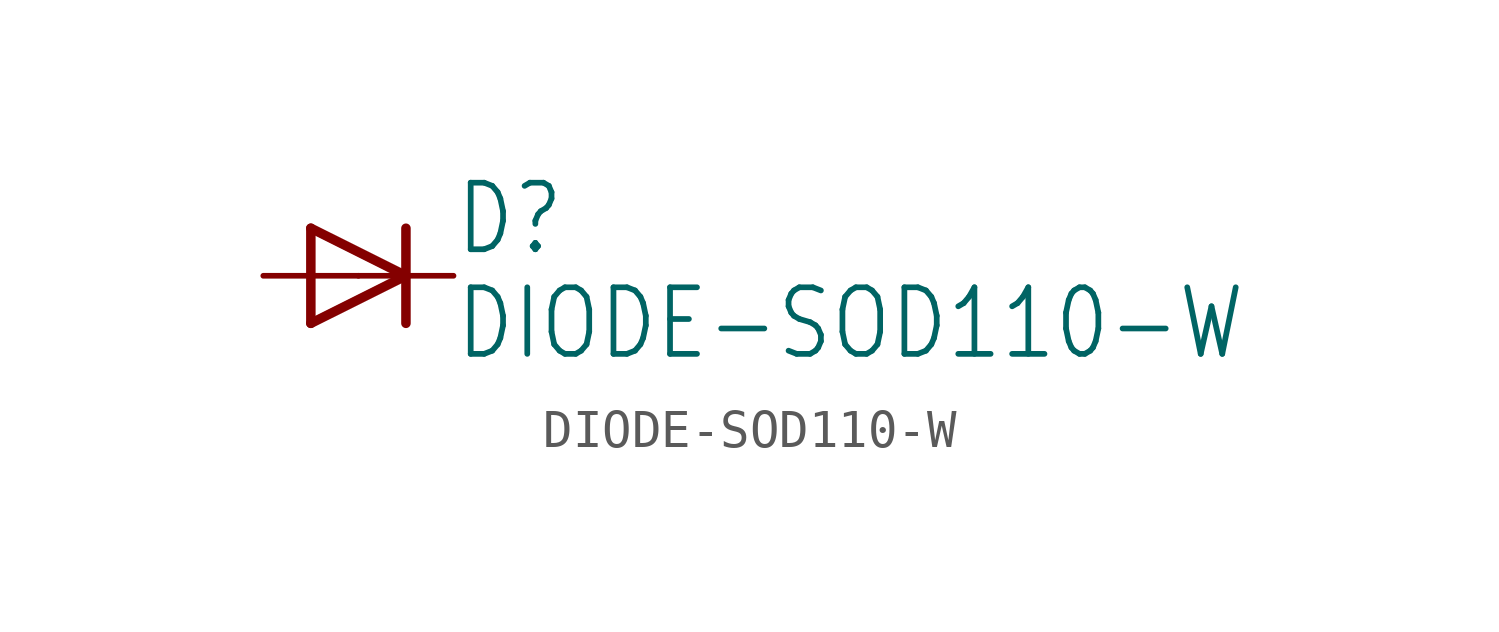
<source format=kicad_sym>
(kicad_symbol_lib
  (version 20211014)
  (generator kicad_symbol_editor)
  (symbol "DIODE-SOD110-W"
    (property "Reference" "D"
      (at 2.54 0.483 0)
      (effects (font (size 1.778 1.511)) (justify left bottom)))
    (property "Value" "DIODE-SOD110-W"
      (at 2.54 -2.311 0)
      (effects (font (size 1.778 1.511)) (justify left bottom)))
    (property "ki_locked" ""
      (at 0 0 0)
      (effects (font (size 1.27 1.27))))
    (symbol "DIODE-SOD110-W_1_0"
      (polyline (pts (xy -1.27 -1.27) (xy 1.27 0)) (stroke (width 0.254) (type default) (color 0 0 0 0)) (fill (type none)))
      (polyline (pts (xy -1.27 1.27) (xy -1.27 -1.27)) (stroke (width 0.254) (type default) (color 0 0 0 0)) (fill (type none)))
      (polyline (pts (xy 1.27 0) (xy -1.27 1.27)) (stroke (width 0.254) (type default) (color 0 0 0 0)) (fill (type none)))
      (polyline (pts (xy 1.27 0) (xy 1.27 -1.27)) (stroke (width 0.254) (type default) (color 0 0 0 0)) (fill (type none)))
      (polyline (pts (xy 1.27 1.27) (xy 1.27 0)) (stroke (width 0.254) (type default) (color 0 0 0 0)) (fill (type none)))
      (pin passive line (at -2.54 0 0) (length 2.54) (name "A" (effects (font (size 0 0)))) (number "A" (effects (font (size 0 0)))))
      (pin passive line (at 2.54 0 180) (length 2.54) (name "C" (effects (font (size 0 0)))) (number "C" (effects (font (size 0 0))))))))
</source>
